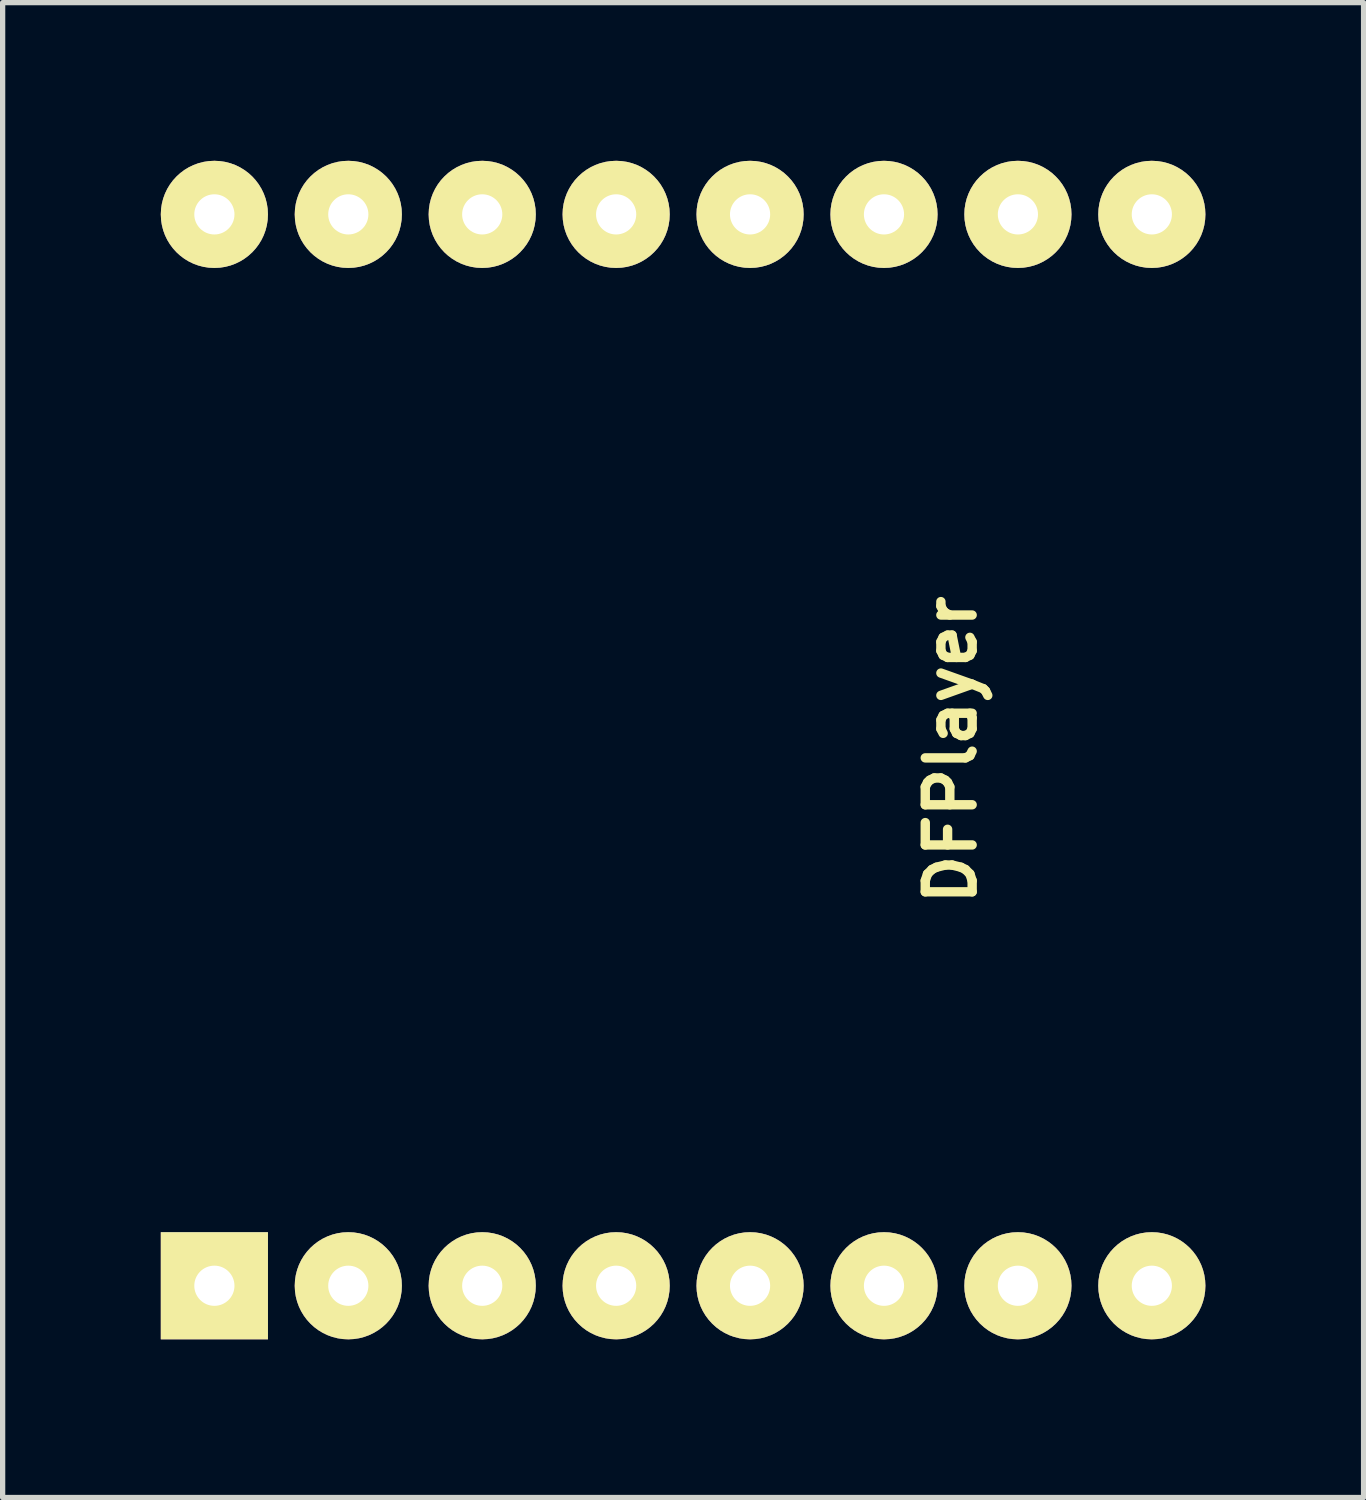
<source format=kicad_pcb>
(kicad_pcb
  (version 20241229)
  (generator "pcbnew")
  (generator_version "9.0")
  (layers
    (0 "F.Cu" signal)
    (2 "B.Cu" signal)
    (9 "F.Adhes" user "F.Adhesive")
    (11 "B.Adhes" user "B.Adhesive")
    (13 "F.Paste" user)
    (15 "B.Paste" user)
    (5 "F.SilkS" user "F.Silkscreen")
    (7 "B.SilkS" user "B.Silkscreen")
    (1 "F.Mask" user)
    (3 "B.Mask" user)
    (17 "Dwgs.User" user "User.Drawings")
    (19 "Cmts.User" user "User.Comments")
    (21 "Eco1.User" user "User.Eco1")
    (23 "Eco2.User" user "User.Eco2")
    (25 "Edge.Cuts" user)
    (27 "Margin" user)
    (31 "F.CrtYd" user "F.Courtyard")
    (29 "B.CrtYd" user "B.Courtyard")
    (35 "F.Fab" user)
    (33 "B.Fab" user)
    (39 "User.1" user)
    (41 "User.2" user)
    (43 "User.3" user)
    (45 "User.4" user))
  (footprint "DFPlayer"
    (layer "F.Cu")
    (at 9.906 11.176)
    (property "Reference" "DFPlayer" (at 5.08 0 90) (layer "F.SilkS") (effects (font (size 0.889 0.889) (thickness 0.178))))
    (attr through_hole)
    (pad "1" thru_hole rect (at -8.89 10.16) (size 2.032 2.032) (drill 0.762) (layers "*.Cu" "*.Mask" "F.SilkS"))
    (pad "2" thru_hole circle (at -6.35 10.16) (size 2.032 2.032) (drill 0.762) (layers "*.Cu" "*.Mask" "F.SilkS"))
    (pad "3" thru_hole circle (at -3.81 10.16) (size 2.032 2.032) (drill 0.762) (layers "*.Cu" "*.Mask" "F.SilkS"))
    (pad "4" thru_hole circle (at -1.27 10.16) (size 2.032 2.032) (drill 0.762) (layers "*.Cu" "*.Mask" "F.SilkS"))
    (pad "5" thru_hole circle (at 1.27 10.16) (size 2.032 2.032) (drill 0.762) (layers "*.Cu" "*.Mask" "F.SilkS"))
    (pad "6" thru_hole circle (at 3.81 10.16) (size 2.032 2.032) (drill 0.762) (layers "*.Cu" "*.Mask" "F.SilkS"))
    (pad "7" thru_hole circle (at 6.35 10.16) (size 2.032 2.032) (drill 0.762) (layers "*.Cu" "*.Mask" "F.SilkS"))
    (pad "8" thru_hole circle (at 8.89 10.16) (size 2.032 2.032) (drill 0.762) (layers "*.Cu" "*.Mask" "F.SilkS"))
    (pad "9" thru_hole circle (at -8.89 -10.16 180) (size 2.032 2.032) (drill 0.762) (layers "*.Cu" "*.Mask" "F.SilkS"))
    (pad "10" thru_hole circle (at -6.35 -10.16 180) (size 2.032 2.032) (drill 0.762) (layers "*.Cu" "*.Mask" "F.SilkS"))
    (pad "11" thru_hole circle (at -3.81 -10.16 180) (size 2.032 2.032) (drill 0.762) (layers "*.Cu" "*.Mask" "F.SilkS"))
    (pad "12" thru_hole circle (at -1.27 -10.16 180) (size 2.032 2.032) (drill 0.762) (layers "*.Cu" "*.Mask" "F.SilkS"))
    (pad "13" thru_hole circle (at 1.27 -10.16 180) (size 2.032 2.032) (drill 0.762) (layers "*.Cu" "*.Mask" "F.SilkS"))
    (pad "14" thru_hole circle (at 3.81 -10.16 180) (size 2.032 2.032) (drill 0.762) (layers "*.Cu" "*.Mask" "F.SilkS"))
    (pad "15" thru_hole circle (at 6.35 -10.16 180) (size 2.032 2.032) (drill 0.762) (layers "*.Cu" "*.Mask" "F.SilkS"))
    (pad "16" thru_hole circle (at 8.89 -10.16 180) (size 2.032 2.032) (drill 0.762) (layers "*.Cu" "*.Mask" "F.SilkS")))
  (gr_rect
    (start -3 -3)
    (end 22.812 25.352)
    (stroke (width 0.1) (type default))
    (fill no)
    (layer "Edge.Cuts")))
</source>
